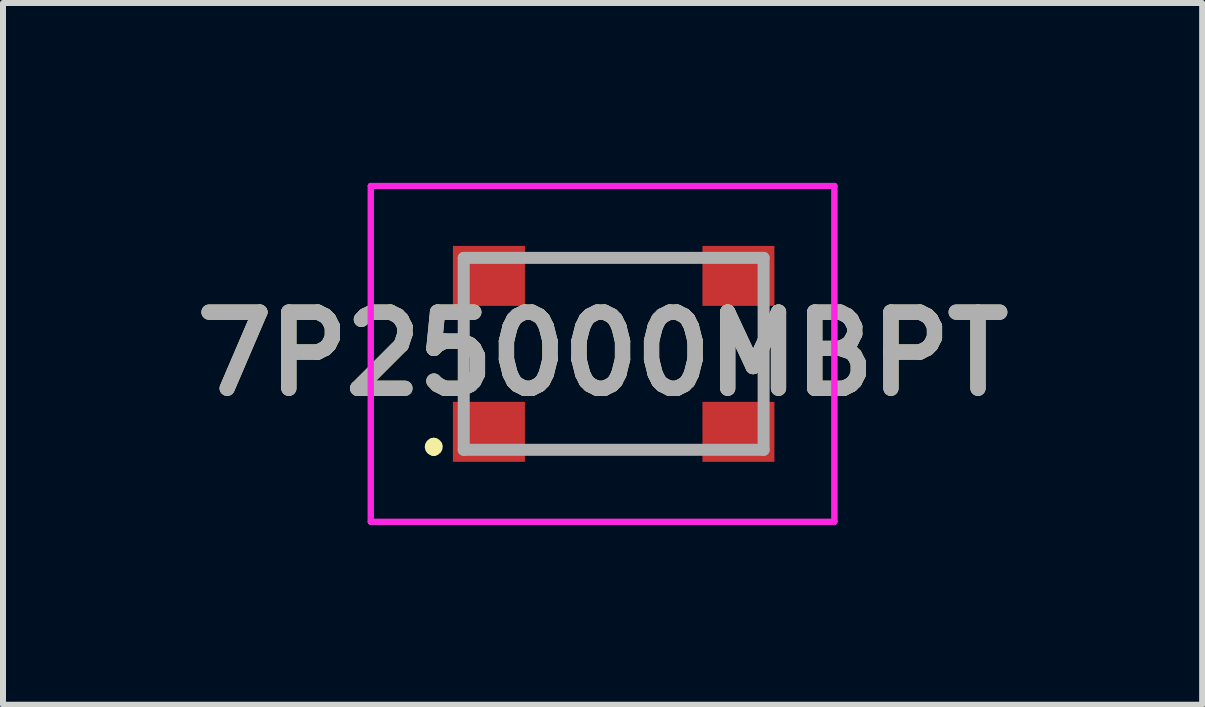
<source format=kicad_pcb>
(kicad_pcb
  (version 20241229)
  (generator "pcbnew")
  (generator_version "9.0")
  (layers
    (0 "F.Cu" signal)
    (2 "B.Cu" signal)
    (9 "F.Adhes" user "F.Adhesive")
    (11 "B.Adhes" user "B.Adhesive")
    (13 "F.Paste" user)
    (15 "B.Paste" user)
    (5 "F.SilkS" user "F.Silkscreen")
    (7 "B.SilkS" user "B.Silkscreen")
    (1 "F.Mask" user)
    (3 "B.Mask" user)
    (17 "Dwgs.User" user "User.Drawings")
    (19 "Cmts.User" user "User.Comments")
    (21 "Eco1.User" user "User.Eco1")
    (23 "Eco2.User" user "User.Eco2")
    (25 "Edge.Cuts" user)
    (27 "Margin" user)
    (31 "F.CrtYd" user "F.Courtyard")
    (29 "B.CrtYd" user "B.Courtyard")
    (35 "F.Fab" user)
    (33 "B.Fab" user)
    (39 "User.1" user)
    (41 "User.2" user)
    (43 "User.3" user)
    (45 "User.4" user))
  (footprint "7P25000MBPT"
    (layer "F.Cu")
    (at 7.182 2.85)
    (property "Reference" "7P25000MBPT" (at -0.185 0 0) (layer "F.SilkS") (effects (font (size 1.27 1.27) (thickness 0.254))))
    (attr smd)
    (fp_line (start -3 1.5) (end -3 1.5) (stroke (width 0.2) (type solid)) (layer "F.SilkS"))
    (fp_line (start -3 1.6) (end -3 1.6) (stroke (width 0.2) (type solid)) (layer "F.SilkS"))
    (fp_line (start -2.5 -0.5) (end -2.5 0.5) (stroke (width 0.1) (type solid)) (layer "F.SilkS"))
    (fp_line (start -1 -1.6) (end 1 -1.6) (stroke (width 0.1) (type solid)) (layer "F.SilkS"))
    (fp_line (start -1 1.6) (end 1 1.6) (stroke (width 0.1) (type solid)) (layer "F.SilkS"))
    (fp_line (start 2.5 -0.5) (end 2.5 0.5) (stroke (width 0.1) (type solid)) (layer "F.SilkS"))
    (fp_arc (start -3 1.5) (mid -2.95 1.55) (end -3 1.6) (stroke (width 0.2) (type solid)) (layer "F.SilkS"))
    (fp_arc (start -3 1.6) (mid -3.05 1.55) (end -3 1.5) (stroke (width 0.2) (type solid)) (layer "F.SilkS"))
    (fp_line (start -4.05 -2.8) (end 3.68 -2.8) (stroke (width 0.1) (type solid)) (layer "F.CrtYd"))
    (fp_line (start -4.05 -2.8) (end 3.68 -2.8) (stroke (width 0.1) (type solid)) (layer "F.CrtYd"))
    (fp_line (start -4.05 2.8) (end -4.05 -2.8) (stroke (width 0.1) (type solid)) (layer "F.CrtYd"))
    (fp_line (start -4.05 2.8) (end -4.05 -2.8) (stroke (width 0.1) (type solid)) (layer "F.CrtYd"))
    (fp_line (start 3.68 -2.8) (end 3.68 2.8) (stroke (width 0.1) (type solid)) (layer "F.CrtYd"))
    (fp_line (start 3.68 -2.8) (end 3.68 2.8) (stroke (width 0.1) (type solid)) (layer "F.CrtYd"))
    (fp_line (start 3.68 2.8) (end -4.05 2.8) (stroke (width 0.1) (type solid)) (layer "F.CrtYd"))
    (fp_line (start 3.68 2.8) (end -4.05 2.8) (stroke (width 0.1) (type solid)) (layer "F.CrtYd"))
    (fp_line (start -2.5 -1.6) (end 2.5 -1.6) (stroke (width 0.2) (type solid)) (layer "F.Fab"))
    (fp_line (start -2.5 1.6) (end -2.5 -1.6) (stroke (width 0.2) (type solid)) (layer "F.Fab"))
    (fp_line (start 2.5 -1.6) (end 2.5 1.6) (stroke (width 0.2) (type solid)) (layer "F.Fab"))
    (fp_line (start 2.5 1.6) (end -2.5 1.6) (stroke (width 0.2) (type solid)) (layer "F.Fab"))
    (fp_text user "${REFERENCE}" (at -0.185 0 0) (layer "F.Fab") (effects (font (size 1.27 1.27) (thickness 0.254))))
    (pad "1" smd rect (at -2.08 1.3 90) (size 1 1.2) (layers "F.Cu" "F.Mask" "F.Paste"))
    (pad "3" smd rect (at 2.08 1.3 90) (size 1 1.2) (layers "F.Cu" "F.Mask" "F.Paste"))
    (pad "4" smd rect (at 2.08 -1.3 90) (size 1 1.2) (layers "F.Cu" "F.Mask" "F.Paste"))
    (pad "6" smd rect (at -2.08 -1.3 90) (size 1 1.2) (layers "F.Cu" "F.Mask" "F.Paste")))
  (gr_rect
    (start -3 -3)
    (end 16.994 8.7)
    (stroke (width 0.1) (type default))
    (fill no)
    (layer "Edge.Cuts")))
</source>
